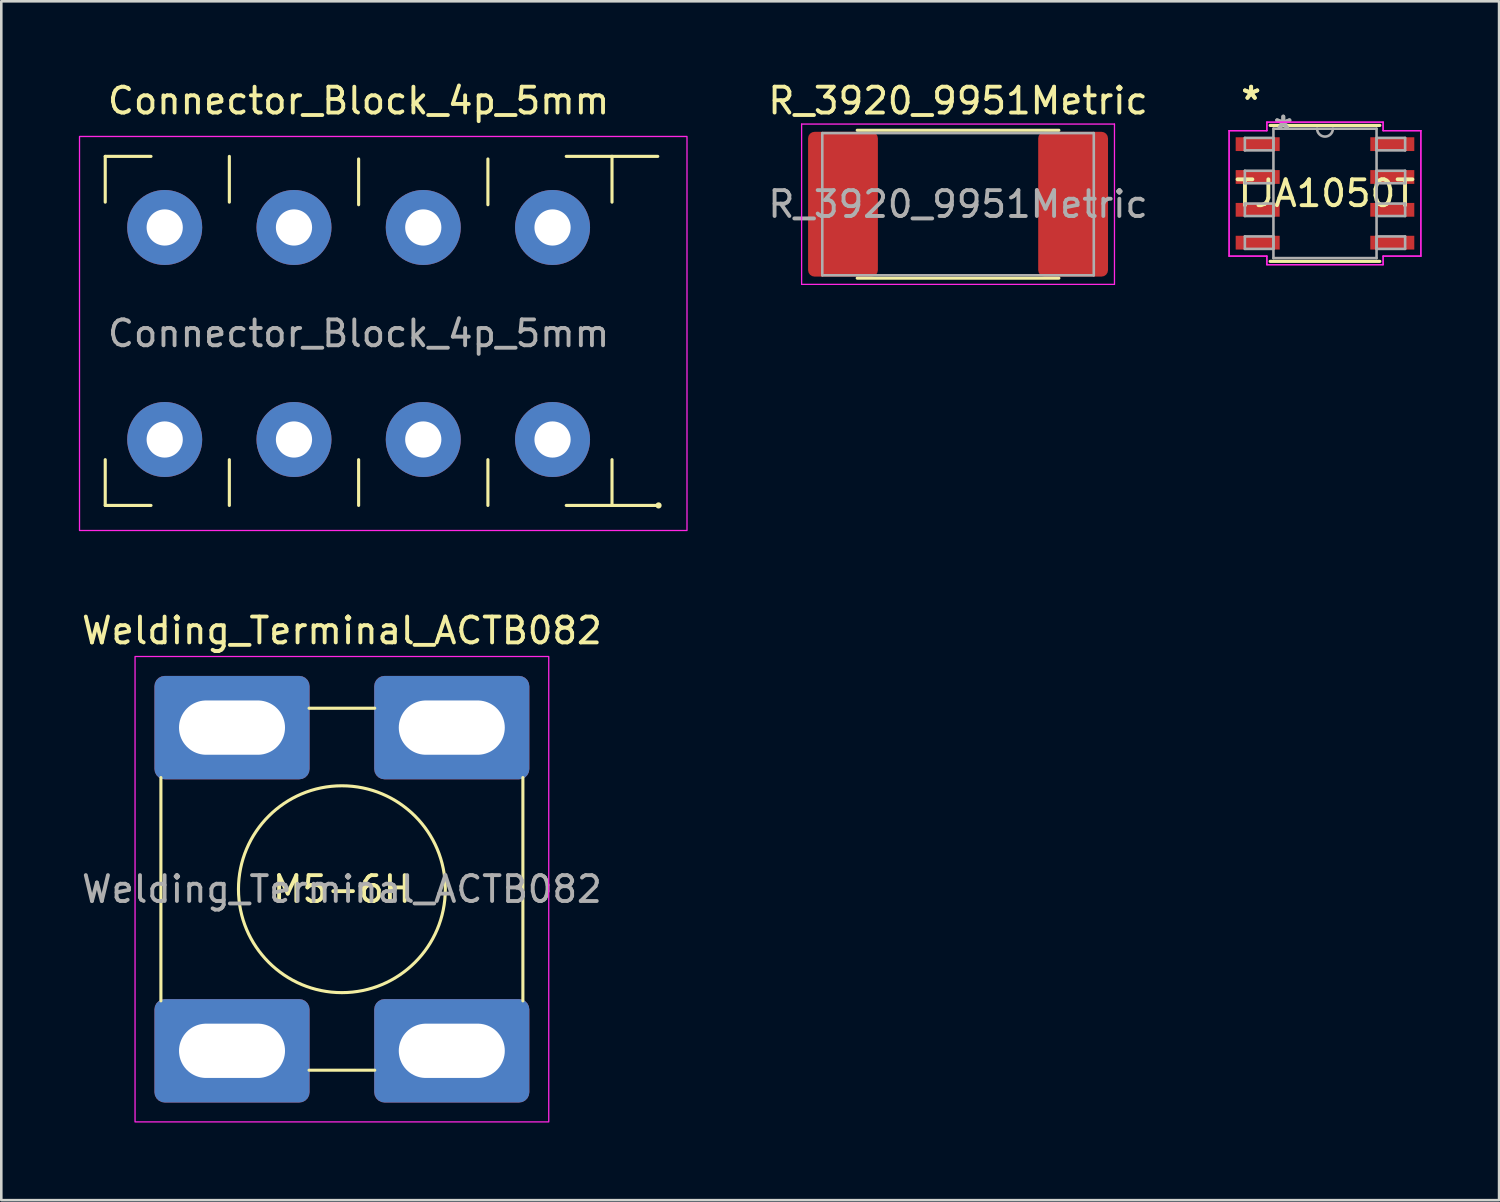
<source format=kicad_pcb>
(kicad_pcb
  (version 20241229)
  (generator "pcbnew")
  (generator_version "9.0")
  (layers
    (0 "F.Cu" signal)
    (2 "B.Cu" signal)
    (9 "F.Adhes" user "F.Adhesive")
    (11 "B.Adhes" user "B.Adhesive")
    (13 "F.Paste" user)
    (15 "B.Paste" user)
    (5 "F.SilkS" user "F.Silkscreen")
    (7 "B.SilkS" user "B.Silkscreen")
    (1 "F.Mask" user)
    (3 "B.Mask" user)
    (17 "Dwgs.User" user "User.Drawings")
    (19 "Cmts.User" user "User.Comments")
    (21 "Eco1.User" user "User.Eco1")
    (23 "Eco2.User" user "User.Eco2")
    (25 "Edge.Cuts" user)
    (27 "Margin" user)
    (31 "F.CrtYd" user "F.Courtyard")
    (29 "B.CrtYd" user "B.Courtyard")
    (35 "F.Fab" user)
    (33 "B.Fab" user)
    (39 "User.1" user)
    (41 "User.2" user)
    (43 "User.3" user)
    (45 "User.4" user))
  (footprint "R_3920_9951Metric"
    (layer "F.Cu")
    (at 34.003 4.848)
    (property "Reference" "R_3920_9951Metric" (at 0 -4 0) (unlocked yes) (layer "F.SilkS") (effects (font (size 1 1) (thickness 0.15))))
    (attr smd)
    (fp_line (start -3.9 -2.86) (end 3.9 -2.86) (stroke (width 0.12) (type solid)) (layer "F.SilkS"))
    (fp_line (start -3.9 2.86) (end 3.9 2.86) (stroke (width 0.12) (type solid)) (layer "F.SilkS"))
    (fp_line (start -6.05 -3.1) (end 6.05 -3.1) (stroke (width 0.05) (type solid)) (layer "F.CrtYd"))
    (fp_line (start -6.05 3.1) (end -6.05 -3.1) (stroke (width 0.05) (type solid)) (layer "F.CrtYd"))
    (fp_line (start 6.05 3.1) (end -6.05 3.1) (stroke (width 0.05) (type solid)) (layer "F.CrtYd"))
    (fp_line (start 6.05 3.1) (end 6.05 -3.1) (stroke (width 0.05) (type solid)) (layer "F.CrtYd"))
    (fp_line (start -5.25 -2.75) (end 5.25 -2.75) (stroke (width 0.1) (type solid)) (layer "F.Fab"))
    (fp_line (start -5.25 2.75) (end -5.25 -2.75) (stroke (width 0.1) (type solid)) (layer "F.Fab"))
    (fp_line (start -5.25 2.75) (end 5.25 2.75) (stroke (width 0.1) (type solid)) (layer "F.Fab"))
    (fp_line (start 5.25 -2.75) (end 5.25 2.75) (stroke (width 0.1) (type solid)) (layer "F.Fab"))
    (fp_text user "${REFERENCE}" (at 0 0 0) (unlocked yes) (layer "F.Fab") (effects (font (size 1 1) (thickness 0.15))))
    (pad "1" smd roundrect (at -4.45 0) (size 2.7 5.6) (layers "F.Cu" "F.Mask" "F.Paste") (roundrect_rratio 0.093))
    (pad "2" smd roundrect (at 4.45 0) (size 2.7 5.6) (layers "F.Cu" "F.Mask" "F.Paste") (roundrect_rratio 0.093)))
  (footprint "Connector_Block_4p_5mm"
    (layer "F.Cu")
    (at 10.82 9.848)
    (property "Reference" "Connector_Block_4p_5mm" (at 0 -9 0) (unlocked yes) (layer "F.SilkS") (effects (font (size 1 1) (thickness 0.15))))
    (attr through_hole)
    (fp_line (start -9.8 -6.85) (end -9.8 -5.08) (stroke (width 0.12) (type solid)) (layer "F.SilkS"))
    (fp_line (start -9.8 4.88) (end -9.8 6.65) (stroke (width 0.12) (type solid)) (layer "F.SilkS"))
    (fp_line (start -8.03 -6.85) (end -9.8 -6.85) (stroke (width 0.12) (type solid)) (layer "F.SilkS"))
    (fp_line (start -8.03 6.65) (end -9.8 6.65) (stroke (width 0.12) (type solid)) (layer "F.SilkS"))
    (fp_line (start -5 -5.08) (end -5 -6.85) (stroke (width 0.12) (type solid)) (layer "F.SilkS"))
    (fp_line (start -5 4.88) (end -5 6.65) (stroke (width 0.12) (type solid)) (layer "F.SilkS"))
    (fp_line (start 0 -4.98) (end 0 -6.75) (stroke (width 0.12) (type solid)) (layer "F.SilkS"))
    (fp_line (start 0 4.88) (end 0 6.65) (stroke (width 0.12) (type solid)) (layer "F.SilkS"))
    (fp_line (start 5 -4.98) (end 5 -6.75) (stroke (width 0.12) (type solid)) (layer "F.SilkS"))
    (fp_line (start 5 4.88) (end 5 6.65) (stroke (width 0.12) (type solid)) (layer "F.SilkS"))
    (fp_line (start 8.03 -6.85) (end 9.8 -6.85) (stroke (width 0.12) (type solid)) (layer "F.SilkS"))
    (fp_line (start 8.03 6.65) (end 9.8 6.65) (stroke (width 0.12) (type solid)) (layer "F.SilkS"))
    (fp_line (start 9.8 -5.08) (end 9.8 -6.85) (stroke (width 0.12) (type solid)) (layer "F.SilkS"))
    (fp_line (start 9.8 4.88) (end 9.8 6.65) (stroke (width 0.12) (type solid)) (layer "F.SilkS"))
    (fp_line (start 11.57 -6.85) (end 9.8 -6.85) (stroke (width 0.12) (type solid)) (layer "F.SilkS"))
    (fp_line (start 11.57 6.65) (end 9.8 6.65) (stroke (width 0.12) (type solid)) (layer "F.SilkS"))
    (fp_circle (center 11.6 6.65) (end 11.6 6.65) (stroke (width 0.12) (type solid)) (fill no) (layer "F.SilkS"))
    (fp_rect (start -10.795 -7.62) (end 12.7 7.62) (stroke (width 0.05) (type solid)) (fill no) (layer "F.CrtYd"))
    (fp_text user "${REFERENCE}" (at 0 0 0) (unlocked yes) (layer "F.Fab") (effects (font (size 1 1) (thickness 0.15))))
    (pad "1" thru_hole circle (at -7.5 -4.1) (size 2.9 2.9) (drill 1.4) (layers "*.Cu" "*.Mask"))
    (pad "1" thru_hole circle (at -7.5 4.1) (size 2.9 2.9) (drill 1.4) (layers "*.Cu" "*.Mask"))
    (pad "2" thru_hole circle (at -2.5 -4.1) (size 2.9 2.9) (drill 1.4) (layers "*.Cu" "*.Mask"))
    (pad "2" thru_hole circle (at -2.5 4.1) (size 2.9 2.9) (drill 1.4) (layers "*.Cu" "*.Mask"))
    (pad "3" thru_hole circle (at 2.5 -4.1) (size 2.9 2.9) (drill 1.4) (layers "*.Cu" "*.Mask"))
    (pad "3" thru_hole circle (at 2.5 4.1) (size 2.9 2.9) (drill 1.4) (layers "*.Cu" "*.Mask"))
    (pad "4" thru_hole circle (at 7.5 -4.1) (size 2.9 2.9) (drill 1.4) (layers "*.Cu" "*.Mask"))
    (pad "4" thru_hole circle (at 7.5 4.1) (size 2.9 2.9) (drill 1.4) (layers "*.Cu" "*.Mask")))
  (footprint "Welding_Terminal_ACTB082"
    (layer "F.Cu")
    (at 10.173 31.341)
    (property "Reference" "Welding_Terminal_ACTB082" (at 0 -10 0) (unlocked yes) (layer "F.SilkS") (effects (font (size 1 1) (thickness 0.15))))
    (attr through_hole)
    (fp_line (start -7 -4.318) (end -7 4.318) (stroke (width 0.12) (type solid)) (layer "F.SilkS"))
    (fp_line (start -1.27 -7) (end 1.27 -7) (stroke (width 0.12) (type solid)) (layer "F.SilkS"))
    (fp_line (start -1.27 7) (end 1.27 7) (stroke (width 0.12) (type solid)) (layer "F.SilkS"))
    (fp_line (start 7 -4.318) (end 7 4.318) (stroke (width 0.12) (type solid)) (layer "F.SilkS"))
    (fp_circle (center 0 0) (end 4 0) (stroke (width 0.12) (type solid)) (fill no) (layer "F.SilkS"))
    (fp_rect (start -8 -9) (end 8 9) (stroke (width 0.05) (type solid)) (fill no) (layer "F.CrtYd"))
    (fp_text user "M5-6H" (at 0 0 0) (unlocked yes) (layer "F.SilkS") (effects (font (size 1 1) (thickness 0.15))))
    (fp_text user "${REFERENCE}" (at 0 0 0) (unlocked yes) (layer "F.Fab") (effects (font (size 1 1) (thickness 0.15))))
    (pad "1" thru_hole roundrect (at -4.25 -6.25) (size 6 4) (drill oval 4.1 2.1) (layers "*.Cu" "*.Mask" "F.Paste") (roundrect_rratio 0.1))
    (pad "1" thru_hole roundrect (at -4.25 6.25) (size 6 4) (drill oval 4.1 2.1) (layers "*.Cu" "*.Mask" "F.Paste") (roundrect_rratio 0.1))
    (pad "1" thru_hole roundrect (at 4.25 -6.25) (size 6 4) (drill oval 4.1 2.1) (layers "*.Cu" "*.Mask" "F.Paste") (roundrect_rratio 0.1))
    (pad "1" thru_hole roundrect (at 4.25 6.25) (size 6 4) (drill oval 4.1 2.1) (layers "*.Cu" "*.Mask" "F.Paste") (roundrect_rratio 0.1)))
  (footprint "TJA1050T"
    (layer "F.Cu")
    (at 48.195 4.43)
    (property "Reference" "TJA1050T" (at 0 0 0) (layer "F.SilkS") (effects (font (size 1 1) (thickness 0.15))))
    (attr through_hole)
    (fp_line (start -2.121 2.629) (end 2.121 2.629) (stroke (width 0.12) (type solid)) (layer "F.SilkS"))
    (fp_line (start 2.121 -2.629) (end -2.121 -2.629) (stroke (width 0.12) (type solid)) (layer "F.SilkS"))
    (fp_line (start -3.708 -2.426) (end -2.248 -2.426) (stroke (width 0.05) (type solid)) (layer "F.CrtYd"))
    (fp_line (start -3.708 -2.426) (end -2.248 -2.426) (stroke (width 0.05) (type solid)) (layer "F.CrtYd"))
    (fp_line (start -3.708 2.426) (end -3.708 -2.426) (stroke (width 0.05) (type solid)) (layer "F.CrtYd"))
    (fp_line (start -3.708 2.426) (end -3.708 -2.426) (stroke (width 0.05) (type solid)) (layer "F.CrtYd"))
    (fp_line (start -3.708 2.426) (end -2.248 2.426) (stroke (width 0.05) (type solid)) (layer "F.CrtYd"))
    (fp_line (start -2.248 -2.756) (end 2.248 -2.756) (stroke (width 0.05) (type solid)) (layer "F.CrtYd"))
    (fp_line (start -2.248 -2.756) (end 2.248 -2.756) (stroke (width 0.05) (type solid)) (layer "F.CrtYd"))
    (fp_line (start -2.248 -2.426) (end -2.248 -2.756) (stroke (width 0.05) (type solid)) (layer "F.CrtYd"))
    (fp_line (start -2.248 -2.426) (end -2.248 -2.756) (stroke (width 0.05) (type solid)) (layer "F.CrtYd"))
    (fp_line (start -2.248 2.426) (end -3.708 2.426) (stroke (width 0.05) (type solid)) (layer "F.CrtYd"))
    (fp_line (start -2.248 2.756) (end -2.248 2.426) (stroke (width 0.05) (type solid)) (layer "F.CrtYd"))
    (fp_line (start -2.248 2.756) (end -2.248 2.426) (stroke (width 0.05) (type solid)) (layer "F.CrtYd"))
    (fp_line (start 2.248 -2.756) (end 2.248 -2.426) (stroke (width 0.05) (type solid)) (layer "F.CrtYd"))
    (fp_line (start 2.248 -2.756) (end 2.248 -2.426) (stroke (width 0.05) (type solid)) (layer "F.CrtYd"))
    (fp_line (start 2.248 -2.426) (end 3.708 -2.426) (stroke (width 0.05) (type solid)) (layer "F.CrtYd"))
    (fp_line (start 2.248 2.426) (end 2.248 2.756) (stroke (width 0.05) (type solid)) (layer "F.CrtYd"))
    (fp_line (start 2.248 2.426) (end 2.248 2.756) (stroke (width 0.05) (type solid)) (layer "F.CrtYd"))
    (fp_line (start 2.248 2.756) (end -2.248 2.756) (stroke (width 0.05) (type solid)) (layer "F.CrtYd"))
    (fp_line (start 2.248 2.756) (end -2.248 2.756) (stroke (width 0.05) (type solid)) (layer "F.CrtYd"))
    (fp_line (start 3.708 -2.426) (end 2.248 -2.426) (stroke (width 0.05) (type solid)) (layer "F.CrtYd"))
    (fp_line (start 3.708 -2.426) (end 3.708 2.426) (stroke (width 0.05) (type solid)) (layer "F.CrtYd"))
    (fp_line (start 3.708 -2.426) (end 3.708 2.426) (stroke (width 0.05) (type solid)) (layer "F.CrtYd"))
    (fp_line (start 3.708 2.426) (end 2.248 2.426) (stroke (width 0.05) (type solid)) (layer "F.CrtYd"))
    (fp_line (start 3.708 2.426) (end 2.248 2.426) (stroke (width 0.05) (type solid)) (layer "F.CrtYd"))
    (fp_line (start -3.099 -2.146) (end -3.099 -1.664) (stroke (width 0.1) (type solid)) (layer "F.Fab"))
    (fp_line (start -3.099 -1.664) (end -1.994 -1.664) (stroke (width 0.1) (type solid)) (layer "F.Fab"))
    (fp_line (start -3.099 -0.876) (end -3.099 -0.394) (stroke (width 0.1) (type solid)) (layer "F.Fab"))
    (fp_line (start -3.099 -0.394) (end -1.994 -0.394) (stroke (width 0.1) (type solid)) (layer "F.Fab"))
    (fp_line (start -3.099 0.394) (end -3.099 0.876) (stroke (width 0.1) (type solid)) (layer "F.Fab"))
    (fp_line (start -3.099 0.876) (end -1.994 0.876) (stroke (width 0.1) (type solid)) (layer "F.Fab"))
    (fp_line (start -3.099 1.664) (end -3.099 2.146) (stroke (width 0.1) (type solid)) (layer "F.Fab"))
    (fp_line (start -3.099 2.146) (end -1.994 2.146) (stroke (width 0.1) (type solid)) (layer "F.Fab"))
    (fp_line (start -1.994 -2.502) (end -1.994 2.502) (stroke (width 0.1) (type solid)) (layer "F.Fab"))
    (fp_line (start -1.994 -2.146) (end -3.099 -2.146) (stroke (width 0.1) (type solid)) (layer "F.Fab"))
    (fp_line (start -1.994 -1.664) (end -1.994 -2.146) (stroke (width 0.1) (type solid)) (layer "F.Fab"))
    (fp_line (start -1.994 -0.876) (end -3.099 -0.876) (stroke (width 0.1) (type solid)) (layer "F.Fab"))
    (fp_line (start -1.994 -0.394) (end -1.994 -0.876) (stroke (width 0.1) (type solid)) (layer "F.Fab"))
    (fp_line (start -1.994 0.394) (end -3.099 0.394) (stroke (width 0.1) (type solid)) (layer "F.Fab"))
    (fp_line (start -1.994 0.876) (end -1.994 0.394) (stroke (width 0.1) (type solid)) (layer "F.Fab"))
    (fp_line (start -1.994 1.664) (end -3.099 1.664) (stroke (width 0.1) (type solid)) (layer "F.Fab"))
    (fp_line (start -1.994 2.146) (end -1.994 1.664) (stroke (width 0.1) (type solid)) (layer "F.Fab"))
    (fp_line (start -1.994 2.502) (end 1.994 2.502) (stroke (width 0.1) (type solid)) (layer "F.Fab"))
    (fp_line (start 1.994 -2.502) (end -1.994 -2.502) (stroke (width 0.1) (type solid)) (layer "F.Fab"))
    (fp_line (start 1.994 -2.146) (end 1.994 -1.664) (stroke (width 0.1) (type solid)) (layer "F.Fab"))
    (fp_line (start 1.994 -1.664) (end 3.099 -1.664) (stroke (width 0.1) (type solid)) (layer "F.Fab"))
    (fp_line (start 1.994 -0.876) (end 1.994 -0.394) (stroke (width 0.1) (type solid)) (layer "F.Fab"))
    (fp_line (start 1.994 -0.394) (end 3.099 -0.394) (stroke (width 0.1) (type solid)) (layer "F.Fab"))
    (fp_line (start 1.994 0.394) (end 1.994 0.876) (stroke (width 0.1) (type solid)) (layer "F.Fab"))
    (fp_line (start 1.994 0.876) (end 3.099 0.876) (stroke (width 0.1) (type solid)) (layer "F.Fab"))
    (fp_line (start 1.994 1.664) (end 1.994 2.146) (stroke (width 0.1) (type solid)) (layer "F.Fab"))
    (fp_line (start 1.994 2.146) (end 3.099 2.146) (stroke (width 0.1) (type solid)) (layer "F.Fab"))
    (fp_line (start 1.994 2.502) (end 1.994 -2.502) (stroke (width 0.1) (type solid)) (layer "F.Fab"))
    (fp_line (start 3.099 -2.146) (end 1.994 -2.146) (stroke (width 0.1) (type solid)) (layer "F.Fab"))
    (fp_line (start 3.099 -1.664) (end 3.099 -2.146) (stroke (width 0.1) (type solid)) (layer "F.Fab"))
    (fp_line (start 3.099 -0.876) (end 1.994 -0.876) (stroke (width 0.1) (type solid)) (layer "F.Fab"))
    (fp_line (start 3.099 -0.394) (end 3.099 -0.876) (stroke (width 0.1) (type solid)) (layer "F.Fab"))
    (fp_line (start 3.099 0.394) (end 1.994 0.394) (stroke (width 0.1) (type solid)) (layer "F.Fab"))
    (fp_line (start 3.099 0.876) (end 3.099 0.394) (stroke (width 0.1) (type solid)) (layer "F.Fab"))
    (fp_line (start 3.099 1.664) (end 1.994 1.664) (stroke (width 0.1) (type solid)) (layer "F.Fab"))
    (fp_line (start 3.099 2.146) (end 3.099 1.664) (stroke (width 0.1) (type solid)) (layer "F.Fab"))
    (fp_arc (start 0.3048 -2.5019) (mid 0 -2.1971) (end -0.3048 -2.5019) (stroke (width 0.1) (type solid)) (layer "F.Fab"))
    (fp_text user "*" (at -2.857 -3.581 0) (layer "F.SilkS") (effects (font (size 1 1) (thickness 0.15))))
    (fp_text user "*" (at -2.857 -3.581 0) (layer "F.SilkS") (effects (font (size 1 1) (thickness 0.15))))
    (fp_text user "*" (at -1.613 -2.426 0) (layer "F.Fab") (effects (font (size 1 1) (thickness 0.15))))
    (fp_text user "*" (at -1.613 -2.426 0) (layer "F.Fab") (effects (font (size 1 1) (thickness 0.15))))
    (pad "1" smd rect (at -2.603 -1.905) (size 1.702 0.533) (layers "F.Cu" "F.Mask" "F.Paste"))
    (pad "2" smd rect (at -2.603 -0.635) (size 1.702 0.533) (layers "F.Cu" "F.Mask" "F.Paste"))
    (pad "3" smd rect (at -2.603 0.635) (size 1.702 0.533) (layers "F.Cu" "F.Mask" "F.Paste"))
    (pad "4" smd rect (at -2.603 1.905) (size 1.702 0.533) (layers "F.Cu" "F.Mask" "F.Paste"))
    (pad "5" smd rect (at 2.603 1.905) (size 1.702 0.533) (layers "F.Cu" "F.Mask" "F.Paste"))
    (pad "6" smd rect (at 2.603 0.635) (size 1.702 0.533) (layers "F.Cu" "F.Mask" "F.Paste"))
    (pad "7" smd rect (at 2.603 -0.635) (size 1.702 0.533) (layers "F.Cu" "F.Mask" "F.Paste"))
    (pad "8" smd rect (at 2.603 -1.905) (size 1.702 0.533) (layers "F.Cu" "F.Mask" "F.Paste")))
  (gr_rect
    (start -3 -3)
    (end 54.928 43.367)
    (stroke (width 0.1) (type default))
    (fill no)
    (layer "Edge.Cuts")))
</source>
